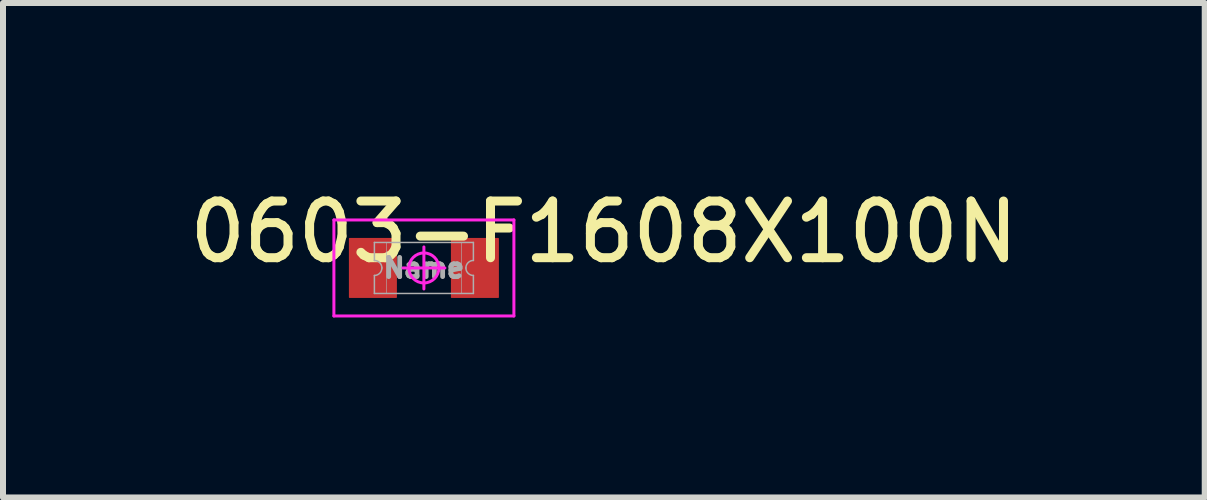
<source format=kicad_pcb>
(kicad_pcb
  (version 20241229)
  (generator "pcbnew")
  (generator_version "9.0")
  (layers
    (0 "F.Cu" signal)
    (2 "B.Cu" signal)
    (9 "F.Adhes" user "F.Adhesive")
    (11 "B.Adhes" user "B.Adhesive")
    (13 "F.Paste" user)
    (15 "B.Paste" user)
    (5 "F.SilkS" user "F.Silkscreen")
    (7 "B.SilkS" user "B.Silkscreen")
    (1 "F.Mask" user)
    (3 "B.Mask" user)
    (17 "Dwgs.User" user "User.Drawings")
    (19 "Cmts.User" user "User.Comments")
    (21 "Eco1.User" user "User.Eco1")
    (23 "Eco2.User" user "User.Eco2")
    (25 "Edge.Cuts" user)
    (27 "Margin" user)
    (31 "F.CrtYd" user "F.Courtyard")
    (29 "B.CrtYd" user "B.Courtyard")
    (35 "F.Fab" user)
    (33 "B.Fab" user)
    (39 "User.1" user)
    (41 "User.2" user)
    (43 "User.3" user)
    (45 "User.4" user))
  (footprint "0603-F1608X100N"
    (layer "F.Cu")
    (at 4.015 1.416)
    (property "Reference" "0603-F1608X100N" (at 3 -0.6 0) (layer "F.SilkS") (effects (font (size 0.945 0.945) (thickness 0.15))))
    (attr smd)
    (fp_line (start -1.5 -0.8) (end -1.5 0.8) (stroke (width 0.05) (type solid)) (layer "F.CrtYd"))
    (fp_line (start -1.5 0.8) (end 1.5 0.8) (stroke (width 0.05) (type solid)) (layer "F.CrtYd"))
    (fp_line (start 0 0.35) (end 0 -0.35) (stroke (width 0.05) (type solid)) (layer "F.CrtYd"))
    (fp_line (start 0.35 0) (end -0.35 0) (stroke (width 0.05) (type solid)) (layer "F.CrtYd"))
    (fp_line (start 1.5 -0.8) (end -1.5 -0.8) (stroke (width 0.05) (type solid)) (layer "F.CrtYd"))
    (fp_line (start 1.5 0.8) (end 1.5 -0.8) (stroke (width 0.05) (type solid)) (layer "F.CrtYd"))
    (fp_circle (center 0 0) (end 0.25 0) (stroke (width 0.05) (type solid)) (fill no) (layer "F.CrtYd"))
    (fp_line (start -0.825 -0.425) (end 0.825 -0.425) (stroke (width 0.025) (type solid)) (layer "F.Fab"))
    (fp_line (start -0.825 -0.125) (end -0.825 -0.425) (stroke (width 0.025) (type solid)) (layer "F.Fab"))
    (fp_line (start -0.825 0.425) (end -0.825 0.125) (stroke (width 0.025) (type solid)) (layer "F.Fab"))
    (fp_line (start -0.625 -0.425) (end -0.625 0.425) (stroke (width 0.01) (type solid)) (layer "F.Fab"))
    (fp_line (start -0.625 0.425) (end 0.625 0.425) (stroke (width 0.01) (type solid)) (layer "F.Fab"))
    (fp_line (start 0.625 -0.425) (end -0.625 -0.425) (stroke (width 0.01) (type solid)) (layer "F.Fab"))
    (fp_line (start 0.625 0.425) (end 0.625 -0.425) (stroke (width 0.01) (type solid)) (layer "F.Fab"))
    (fp_line (start 0.825 -0.425) (end 0.825 -0.125) (stroke (width 0.025) (type solid)) (layer "F.Fab"))
    (fp_line (start 0.825 0.125) (end 0.825 0.425) (stroke (width 0.025) (type solid)) (layer "F.Fab"))
    (fp_line (start 0.825 0.425) (end -0.825 0.425) (stroke (width 0.025) (type solid)) (layer "F.Fab"))
    (fp_arc (start -0.825 -0.125) (mid -0.736612 -0.088388) (end -0.7 0) (stroke (width 0.025) (type solid)) (layer "F.Fab"))
    (fp_arc (start -0.7 0) (mid -0.736612 0.088388) (end -0.825 0.125) (stroke (width 0.025) (type solid)) (layer "F.Fab"))
    (fp_arc (start 0.7 0) (mid 0.736612 -0.088388) (end 0.825 -0.125) (stroke (width 0.025) (type solid)) (layer "F.Fab"))
    (fp_arc (start 0.825 0.125) (mid 0.736612 0.088388) (end 0.7 0) (stroke (width 0.025) (type solid)) (layer "F.Fab"))
    (fp_text user "Name" (at 0 0 0) (layer "F.Fab") (effects (font (size 0.32 0.32) (thickness 0.15))))
    (pad "1" smd roundrect (at -0.85 0) (size 0.8 1) (layers "F.Cu" "F.Mask" "F.Paste") (roundrect_rratio 0.015))
    (pad "2" smd roundrect (at 0.85 0) (size 0.8 1) (layers "F.Cu" "F.Mask" "F.Paste") (roundrect_rratio 0.015)))
  (gr_rect
    (start -3 -3)
    (end 17.029 5.241)
    (stroke (width 0.1) (type default))
    (fill no)
    (layer "Edge.Cuts")))
</source>
